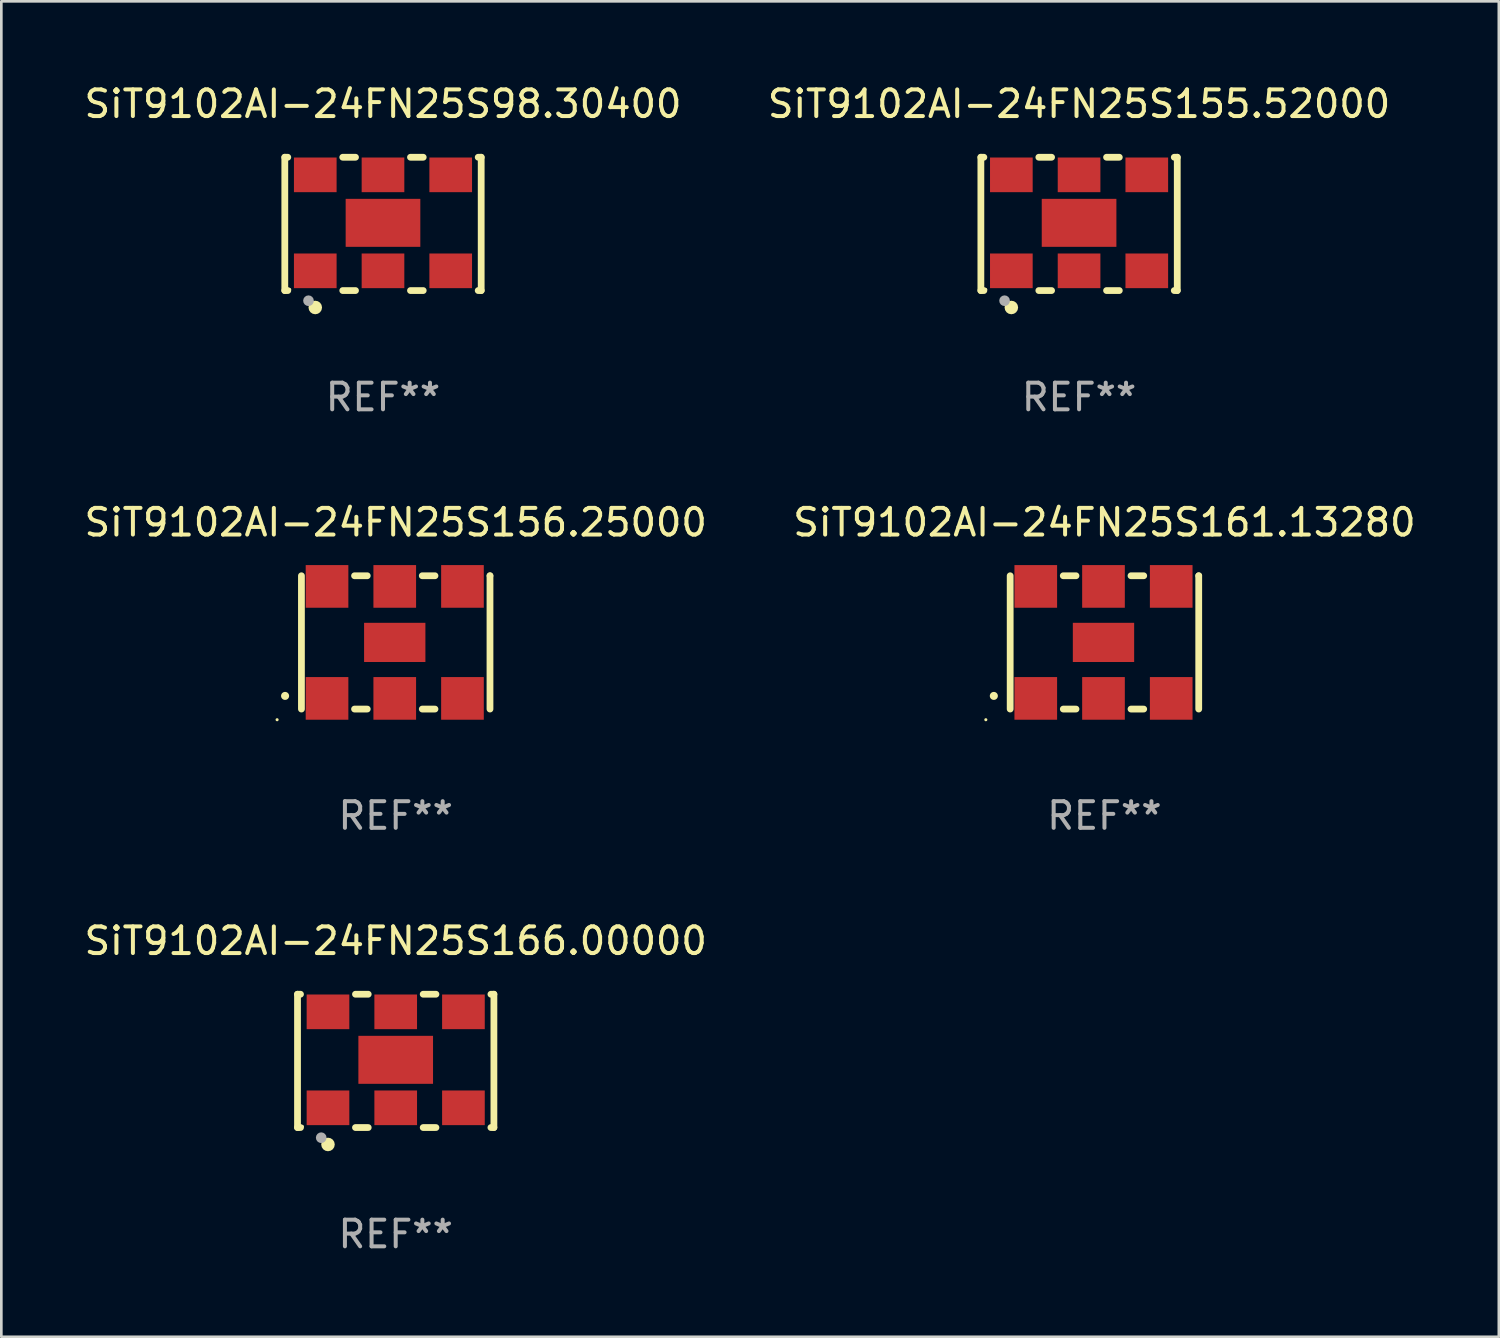
<source format=kicad_pcb>
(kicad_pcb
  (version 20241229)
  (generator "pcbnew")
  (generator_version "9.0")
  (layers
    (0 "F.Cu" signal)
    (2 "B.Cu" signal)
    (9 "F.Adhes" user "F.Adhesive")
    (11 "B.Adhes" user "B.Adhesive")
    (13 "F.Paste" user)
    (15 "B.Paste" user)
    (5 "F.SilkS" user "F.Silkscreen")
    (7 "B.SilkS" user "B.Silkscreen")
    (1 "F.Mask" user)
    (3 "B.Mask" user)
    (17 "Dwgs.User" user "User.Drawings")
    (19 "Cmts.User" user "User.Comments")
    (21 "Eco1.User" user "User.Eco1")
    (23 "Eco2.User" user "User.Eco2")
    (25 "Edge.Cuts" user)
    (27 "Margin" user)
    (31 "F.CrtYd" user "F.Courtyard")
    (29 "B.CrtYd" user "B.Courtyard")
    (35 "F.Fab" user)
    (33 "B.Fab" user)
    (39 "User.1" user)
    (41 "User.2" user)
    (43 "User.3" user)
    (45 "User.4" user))
  (footprint "SiT9102AI-24FN25S161.13280"
    (layer "F.Cu")
    (at 38.375 21.045)
    (property "Reference" "SiT9102AI-24FN25S161.13280" (at 0 -4.5 0) (layer "F.SilkS") (effects (font (size 1 1) (thickness 0.15))))
    (attr through_hole)
    (fp_line (start -3.536 -2.5) (end -3.536 2.5) (stroke (width 0.254) (type solid)) (layer "F.SilkS"))
    (fp_line (start -1.544 2.5) (end -1.067 2.5) (stroke (width 0.254) (type solid)) (layer "F.SilkS"))
    (fp_line (start -1.067 -2.5) (end -1.544 -2.5) (stroke (width 0.254) (type solid)) (layer "F.SilkS"))
    (fp_line (start 0.996 2.5) (end 1.473 2.5) (stroke (width 0.254) (type solid)) (layer "F.SilkS"))
    (fp_line (start 1.473 -2.5) (end 0.996 -2.5) (stroke (width 0.254) (type solid)) (layer "F.SilkS"))
    (fp_line (start 3.536 -2.5) (end 3.536 -2.5) (stroke (width 0.254) (type solid)) (layer "F.SilkS"))
    (fp_line (start 3.536 2.5) (end 3.536 -2.5) (stroke (width 0.254) (type solid)) (layer "F.SilkS"))
    (fp_arc (start -4.150432 2.006604) (mid -4.149162 2.006599) (end -4.147892 2.006604) (stroke (width 0.3) (type solid)) (layer "F.SilkS"))
    (fp_circle (center -4.449 2.9) (end -4.419 2.9) (stroke (width 0.06) (type solid)) (fill no) (layer "F.SilkS"))
    (fp_text user "REF**" (at 0 6.5 0) (layer "F.Fab") (effects (font (size 1 1) (thickness 0.15))))
    (pad "1" smd rect (at -2.576 2.1) (size 1.6 1.6) (layers "F.Cu" "F.Mask" "F.Paste"))
    (pad "2" smd rect (at -0.036 2.1) (size 1.6 1.6) (layers "F.Cu" "F.Mask" "F.Paste"))
    (pad "3" smd rect (at 2.504 2.1) (size 1.6 1.6) (layers "F.Cu" "F.Mask" "F.Paste"))
    (pad "4" smd rect (at 2.504 -2.1) (size 1.6 1.6) (layers "F.Cu" "F.Mask" "F.Paste"))
    (pad "5" smd rect (at -0.036 -2.1) (size 1.6 1.6) (layers "F.Cu" "F.Mask" "F.Paste"))
    (pad "6" smd rect (at -2.576 -2.1) (size 1.6 1.6) (layers "F.Cu" "F.Mask" "F.Paste"))
    (pad "7" smd rect (at -0.036 0) (size 2.3 1.47) (layers "F.Cu" "F.Mask" "F.Paste")))
  (footprint "SiT9102AI-24FN25S166.00000"
    (layer "F.Cu")
    (at 11.792 36.741)
    (property "Reference" "SiT9102AI-24FN25S166.00000" (at 0 -4.5 0) (layer "F.SilkS") (effects (font (size 1 1) (thickness 0.15))))
    (attr through_hole)
    (fp_line (start -3.683 -2.5) (end -3.571 -2.5) (stroke (width 0.254) (type solid)) (layer "F.SilkS"))
    (fp_line (start -3.683 2.5) (end -3.683 -2.5) (stroke (width 0.254) (type solid)) (layer "F.SilkS"))
    (fp_line (start -3.683 2.5) (end -3.571 2.5) (stroke (width 0.254) (type solid)) (layer "F.SilkS"))
    (fp_line (start -1.509 -2.5) (end -1.031 -2.5) (stroke (width 0.254) (type solid)) (layer "F.SilkS"))
    (fp_line (start -1.509 2.5) (end -1.031 2.5) (stroke (width 0.254) (type solid)) (layer "F.SilkS"))
    (fp_line (start 1.031 -2.5) (end 1.509 -2.5) (stroke (width 0.254) (type solid)) (layer "F.SilkS"))
    (fp_line (start 1.031 2.5) (end 1.509 2.5) (stroke (width 0.254) (type solid)) (layer "F.SilkS"))
    (fp_line (start 3.571 -2.5) (end 3.683 -2.5) (stroke (width 0.254) (type solid)) (layer "F.SilkS"))
    (fp_line (start 3.571 2.5) (end 3.683 2.5) (stroke (width 0.254) (type solid)) (layer "F.SilkS"))
    (fp_line (start 3.683 2.5) (end 3.683 -2.5) (stroke (width 0.254) (type solid)) (layer "F.SilkS"))
    (fp_circle (center -3.5 2.46) (end -3.47 2.46) (stroke (width 0.06) (type solid)) (fill no) (layer "F.SilkS"))
    (fp_circle (center -2.54 3.135) (end -2.413 3.135) (stroke (width 0.254) (type solid)) (fill no) (layer "F.SilkS"))
    (fp_circle (center -2.794 2.881) (end -2.694 2.881) (stroke (width 0.2) (type solid)) (fill no) (layer "F.Fab"))
    (fp_text user "REF**" (at 0 6.5 0) (layer "F.Fab") (effects (font (size 1 1) (thickness 0.15))))
    (pad "1" smd rect (at -2.54 1.76) (size 1.6 1.3) (layers "F.Cu" "F.Mask" "F.Paste"))
    (pad "2" smd rect (at 0 1.76) (size 1.6 1.3) (layers "F.Cu" "F.Mask" "F.Paste"))
    (pad "3" smd rect (at 2.54 1.76) (size 1.6 1.3) (layers "F.Cu" "F.Mask" "F.Paste"))
    (pad "4" smd rect (at 2.54 -1.84) (size 1.6 1.3) (layers "F.Cu" "F.Mask" "F.Paste"))
    (pad "5" smd rect (at 0 -1.84) (size 1.6 1.3) (layers "F.Cu" "F.Mask" "F.Paste"))
    (pad "6" smd rect (at -2.54 -1.84) (size 1.6 1.3) (layers "F.Cu" "F.Mask" "F.Paste"))
    (pad "7" smd rect (at 0 -0.04) (size 2.8 1.8) (layers "F.Cu" "F.Mask" "F.Paste")))
  (footprint "SiT9102AI-24FN25S155.52000"
    (layer "F.Cu")
    (at 37.423 5.348)
    (property "Reference" "SiT9102AI-24FN25S155.52000" (at 0 -4.5 0) (layer "F.SilkS") (effects (font (size 1 1) (thickness 0.15))))
    (attr through_hole)
    (fp_line (start -3.683 -2.5) (end -3.571 -2.5) (stroke (width 0.254) (type solid)) (layer "F.SilkS"))
    (fp_line (start -3.683 2.5) (end -3.683 -2.5) (stroke (width 0.254) (type solid)) (layer "F.SilkS"))
    (fp_line (start -3.683 2.5) (end -3.571 2.5) (stroke (width 0.254) (type solid)) (layer "F.SilkS"))
    (fp_line (start -1.509 -2.5) (end -1.031 -2.5) (stroke (width 0.254) (type solid)) (layer "F.SilkS"))
    (fp_line (start -1.509 2.5) (end -1.031 2.5) (stroke (width 0.254) (type solid)) (layer "F.SilkS"))
    (fp_line (start 1.031 -2.5) (end 1.509 -2.5) (stroke (width 0.254) (type solid)) (layer "F.SilkS"))
    (fp_line (start 1.031 2.5) (end 1.509 2.5) (stroke (width 0.254) (type solid)) (layer "F.SilkS"))
    (fp_line (start 3.571 -2.5) (end 3.683 -2.5) (stroke (width 0.254) (type solid)) (layer "F.SilkS"))
    (fp_line (start 3.571 2.5) (end 3.683 2.5) (stroke (width 0.254) (type solid)) (layer "F.SilkS"))
    (fp_line (start 3.683 2.5) (end 3.683 -2.5) (stroke (width 0.254) (type solid)) (layer "F.SilkS"))
    (fp_circle (center -3.5 2.46) (end -3.47 2.46) (stroke (width 0.06) (type solid)) (fill no) (layer "F.SilkS"))
    (fp_circle (center -2.54 3.135) (end -2.413 3.135) (stroke (width 0.254) (type solid)) (fill no) (layer "F.SilkS"))
    (fp_circle (center -2.794 2.881) (end -2.694 2.881) (stroke (width 0.2) (type solid)) (fill no) (layer "F.Fab"))
    (fp_text user "REF**" (at 0 6.5 0) (layer "F.Fab") (effects (font (size 1 1) (thickness 0.15))))
    (pad "1" smd rect (at -2.54 1.76) (size 1.6 1.3) (layers "F.Cu" "F.Mask" "F.Paste"))
    (pad "2" smd rect (at 0 1.76) (size 1.6 1.3) (layers "F.Cu" "F.Mask" "F.Paste"))
    (pad "3" smd rect (at 2.54 1.76) (size 1.6 1.3) (layers "F.Cu" "F.Mask" "F.Paste"))
    (pad "4" smd rect (at 2.54 -1.84) (size 1.6 1.3) (layers "F.Cu" "F.Mask" "F.Paste"))
    (pad "5" smd rect (at 0 -1.84) (size 1.6 1.3) (layers "F.Cu" "F.Mask" "F.Paste"))
    (pad "6" smd rect (at -2.54 -1.84) (size 1.6 1.3) (layers "F.Cu" "F.Mask" "F.Paste"))
    (pad "7" smd rect (at 0 -0.04) (size 2.8 1.8) (layers "F.Cu" "F.Mask" "F.Paste")))
  (footprint "SiT9102AI-24FN25S156.25000"
    (layer "F.Cu")
    (at 11.792 21.045)
    (property "Reference" "SiT9102AI-24FN25S156.25000" (at 0 -4.5 0) (layer "F.SilkS") (effects (font (size 1 1) (thickness 0.15))))
    (attr through_hole)
    (fp_line (start -3.536 -2.5) (end -3.536 2.5) (stroke (width 0.254) (type solid)) (layer "F.SilkS"))
    (fp_line (start -1.544 2.5) (end -1.067 2.5) (stroke (width 0.254) (type solid)) (layer "F.SilkS"))
    (fp_line (start -1.067 -2.5) (end -1.544 -2.5) (stroke (width 0.254) (type solid)) (layer "F.SilkS"))
    (fp_line (start 0.996 2.5) (end 1.473 2.5) (stroke (width 0.254) (type solid)) (layer "F.SilkS"))
    (fp_line (start 1.473 -2.5) (end 0.996 -2.5) (stroke (width 0.254) (type solid)) (layer "F.SilkS"))
    (fp_line (start 3.536 -2.5) (end 3.536 -2.5) (stroke (width 0.254) (type solid)) (layer "F.SilkS"))
    (fp_line (start 3.536 2.5) (end 3.536 -2.5) (stroke (width 0.254) (type solid)) (layer "F.SilkS"))
    (fp_arc (start -4.150432 2.006604) (mid -4.149162 2.006599) (end -4.147892 2.006604) (stroke (width 0.3) (type solid)) (layer "F.SilkS"))
    (fp_circle (center -4.449 2.9) (end -4.419 2.9) (stroke (width 0.06) (type solid)) (fill no) (layer "F.SilkS"))
    (fp_text user "REF**" (at 0 6.5 0) (layer "F.Fab") (effects (font (size 1 1) (thickness 0.15))))
    (pad "1" smd rect (at -2.576 2.1) (size 1.6 1.6) (layers "F.Cu" "F.Mask" "F.Paste"))
    (pad "2" smd rect (at -0.036 2.1) (size 1.6 1.6) (layers "F.Cu" "F.Mask" "F.Paste"))
    (pad "3" smd rect (at 2.504 2.1) (size 1.6 1.6) (layers "F.Cu" "F.Mask" "F.Paste"))
    (pad "4" smd rect (at 2.504 -2.1) (size 1.6 1.6) (layers "F.Cu" "F.Mask" "F.Paste"))
    (pad "5" smd rect (at -0.036 -2.1) (size 1.6 1.6) (layers "F.Cu" "F.Mask" "F.Paste"))
    (pad "6" smd rect (at -2.576 -2.1) (size 1.6 1.6) (layers "F.Cu" "F.Mask" "F.Paste"))
    (pad "7" smd rect (at -0.036 0) (size 2.3 1.47) (layers "F.Cu" "F.Mask" "F.Paste")))
  (footprint "SiT9102AI-24FN25S98.30400"
    (layer "F.Cu")
    (at 11.315 5.348)
    (property "Reference" "SiT9102AI-24FN25S98.30400" (at 0 -4.5 0) (layer "F.SilkS") (effects (font (size 1 1) (thickness 0.15))))
    (attr through_hole)
    (fp_line (start -3.683 -2.5) (end -3.571 -2.5) (stroke (width 0.254) (type solid)) (layer "F.SilkS"))
    (fp_line (start -3.683 2.5) (end -3.683 -2.5) (stroke (width 0.254) (type solid)) (layer "F.SilkS"))
    (fp_line (start -3.683 2.5) (end -3.571 2.5) (stroke (width 0.254) (type solid)) (layer "F.SilkS"))
    (fp_line (start -1.509 -2.5) (end -1.031 -2.5) (stroke (width 0.254) (type solid)) (layer "F.SilkS"))
    (fp_line (start -1.509 2.5) (end -1.031 2.5) (stroke (width 0.254) (type solid)) (layer "F.SilkS"))
    (fp_line (start 1.031 -2.5) (end 1.509 -2.5) (stroke (width 0.254) (type solid)) (layer "F.SilkS"))
    (fp_line (start 1.031 2.5) (end 1.509 2.5) (stroke (width 0.254) (type solid)) (layer "F.SilkS"))
    (fp_line (start 3.571 -2.5) (end 3.683 -2.5) (stroke (width 0.254) (type solid)) (layer "F.SilkS"))
    (fp_line (start 3.571 2.5) (end 3.683 2.5) (stroke (width 0.254) (type solid)) (layer "F.SilkS"))
    (fp_line (start 3.683 2.5) (end 3.683 -2.5) (stroke (width 0.254) (type solid)) (layer "F.SilkS"))
    (fp_circle (center -3.5 2.46) (end -3.47 2.46) (stroke (width 0.06) (type solid)) (fill no) (layer "F.SilkS"))
    (fp_circle (center -2.54 3.135) (end -2.413 3.135) (stroke (width 0.254) (type solid)) (fill no) (layer "F.SilkS"))
    (fp_circle (center -2.794 2.881) (end -2.694 2.881) (stroke (width 0.2) (type solid)) (fill no) (layer "F.Fab"))
    (fp_text user "REF**" (at 0 6.5 0) (layer "F.Fab") (effects (font (size 1 1) (thickness 0.15))))
    (pad "1" smd rect (at -2.54 1.76) (size 1.6 1.3) (layers "F.Cu" "F.Mask" "F.Paste"))
    (pad "2" smd rect (at 0 1.76) (size 1.6 1.3) (layers "F.Cu" "F.Mask" "F.Paste"))
    (pad "3" smd rect (at 2.54 1.76) (size 1.6 1.3) (layers "F.Cu" "F.Mask" "F.Paste"))
    (pad "4" smd rect (at 2.54 -1.84) (size 1.6 1.3) (layers "F.Cu" "F.Mask" "F.Paste"))
    (pad "5" smd rect (at 0 -1.84) (size 1.6 1.3) (layers "F.Cu" "F.Mask" "F.Paste"))
    (pad "6" smd rect (at -2.54 -1.84) (size 1.6 1.3) (layers "F.Cu" "F.Mask" "F.Paste"))
    (pad "7" smd rect (at 0 -0.04) (size 2.8 1.8) (layers "F.Cu" "F.Mask" "F.Paste")))
  (gr_rect
    (start -3 -3)
    (end 53.167 47.09)
    (stroke (width 0.1) (type default))
    (fill no)
    (layer "Edge.Cuts")))
</source>
